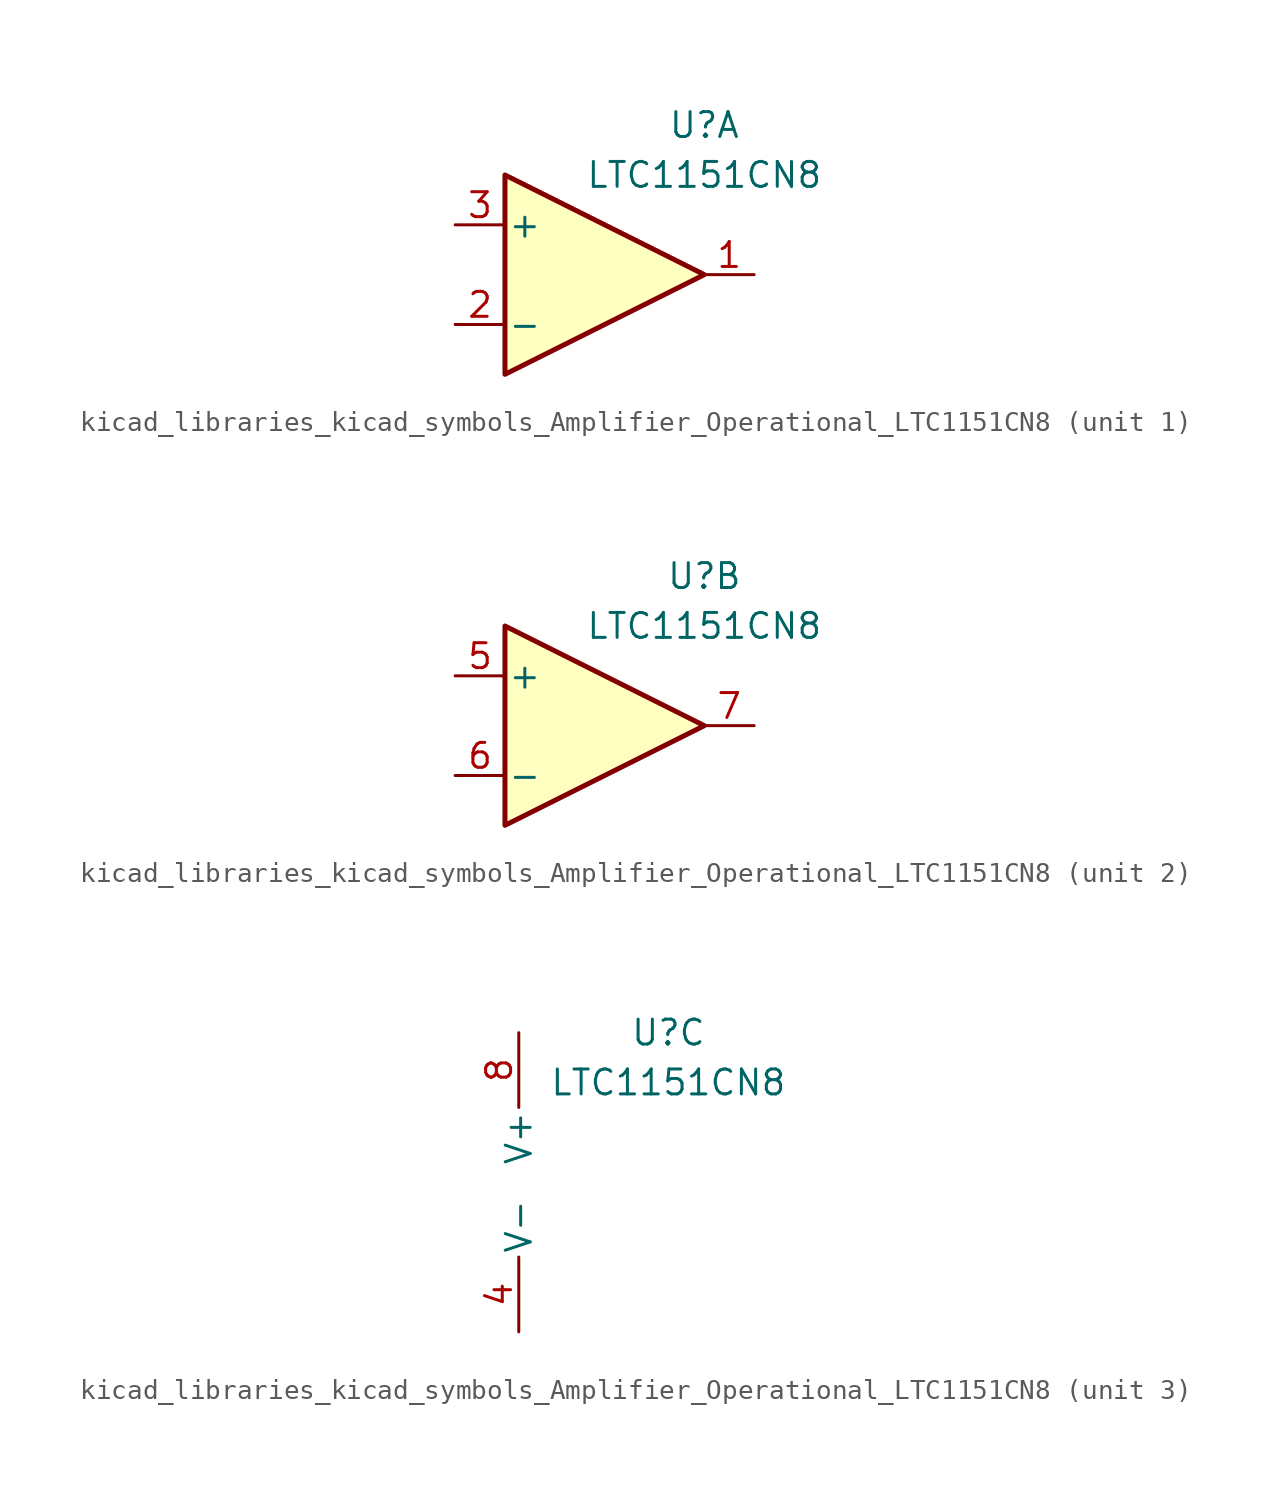
<source format=kicad_sym>
(kicad_symbol_lib
  (version 20220914)
  (generator kicad_symbol_editor)
  (symbol "kicad_libraries_kicad_symbols_Amplifier_Operational_LTC1151CN8"
    (pin_names
      (offset 0.127))
    (property "Reference" "U"
      (at 5.08 7.62 0)
      (effects (font (size 1.27 1.27))))
    (property "Value" "LTC1151CN8"
      (at 5.08 5.08 0)
      (effects (font (size 1.27 1.27))))
    (property "ki_locked" ""
      (at 0 0 0)
      (effects (font (size 1.27 1.27))))
    (symbol "kicad_libraries_kicad_symbols_Amplifier_Operational_LTC1151CN8_1_1"
      (polyline (pts (xy -5.08 5.08) (xy -5.08 -5.08) (xy 5.08 0) (xy -5.08 5.08)) (stroke (width 0.254) (type default)) (fill (type background)))
      (pin output line (at 7.62 0 180) (length 2.54) (name "~" (effects (font (size 1.27 1.27)))) (number "1" (effects (font (size 1.27 1.27)))))
      (pin input line (at -7.62 -2.54 0) (length 2.54) (name "-" (effects (font (size 1.27 1.27)))) (number "2" (effects (font (size 1.27 1.27)))))
      (pin input line (at -7.62 2.54 0) (length 2.54) (name "+" (effects (font (size 1.27 1.27)))) (number "3" (effects (font (size 1.27 1.27))))))
    (symbol "kicad_libraries_kicad_symbols_Amplifier_Operational_LTC1151CN8_2_1"
      (polyline (pts (xy -5.08 5.08) (xy -5.08 -5.08) (xy 5.08 0) (xy -5.08 5.08)) (stroke (width 0.254) (type default)) (fill (type background)))
      (pin input line (at -7.62 2.54 0) (length 2.54) (name "+" (effects (font (size 1.27 1.27)))) (number "5" (effects (font (size 1.27 1.27)))))
      (pin input line (at -7.62 -2.54 0) (length 2.54) (name "-" (effects (font (size 1.27 1.27)))) (number "6" (effects (font (size 1.27 1.27)))))
      (pin output line (at 7.62 0 180) (length 2.54) (name "~" (effects (font (size 1.27 1.27)))) (number "7" (effects (font (size 1.27 1.27))))))
    (symbol "kicad_libraries_kicad_symbols_Amplifier_Operational_LTC1151CN8_3_1"
      (pin power_in line (at -2.54 -7.62 90) (length 3.81) (name "V-" (effects (font (size 1.27 1.27)))) (number "4" (effects (font (size 1.27 1.27)))))
      (pin power_in line (at -2.54 7.62 270) (length 3.81) (name "V+" (effects (font (size 1.27 1.27)))) (number "8" (effects (font (size 1.27 1.27))))))))
</source>
